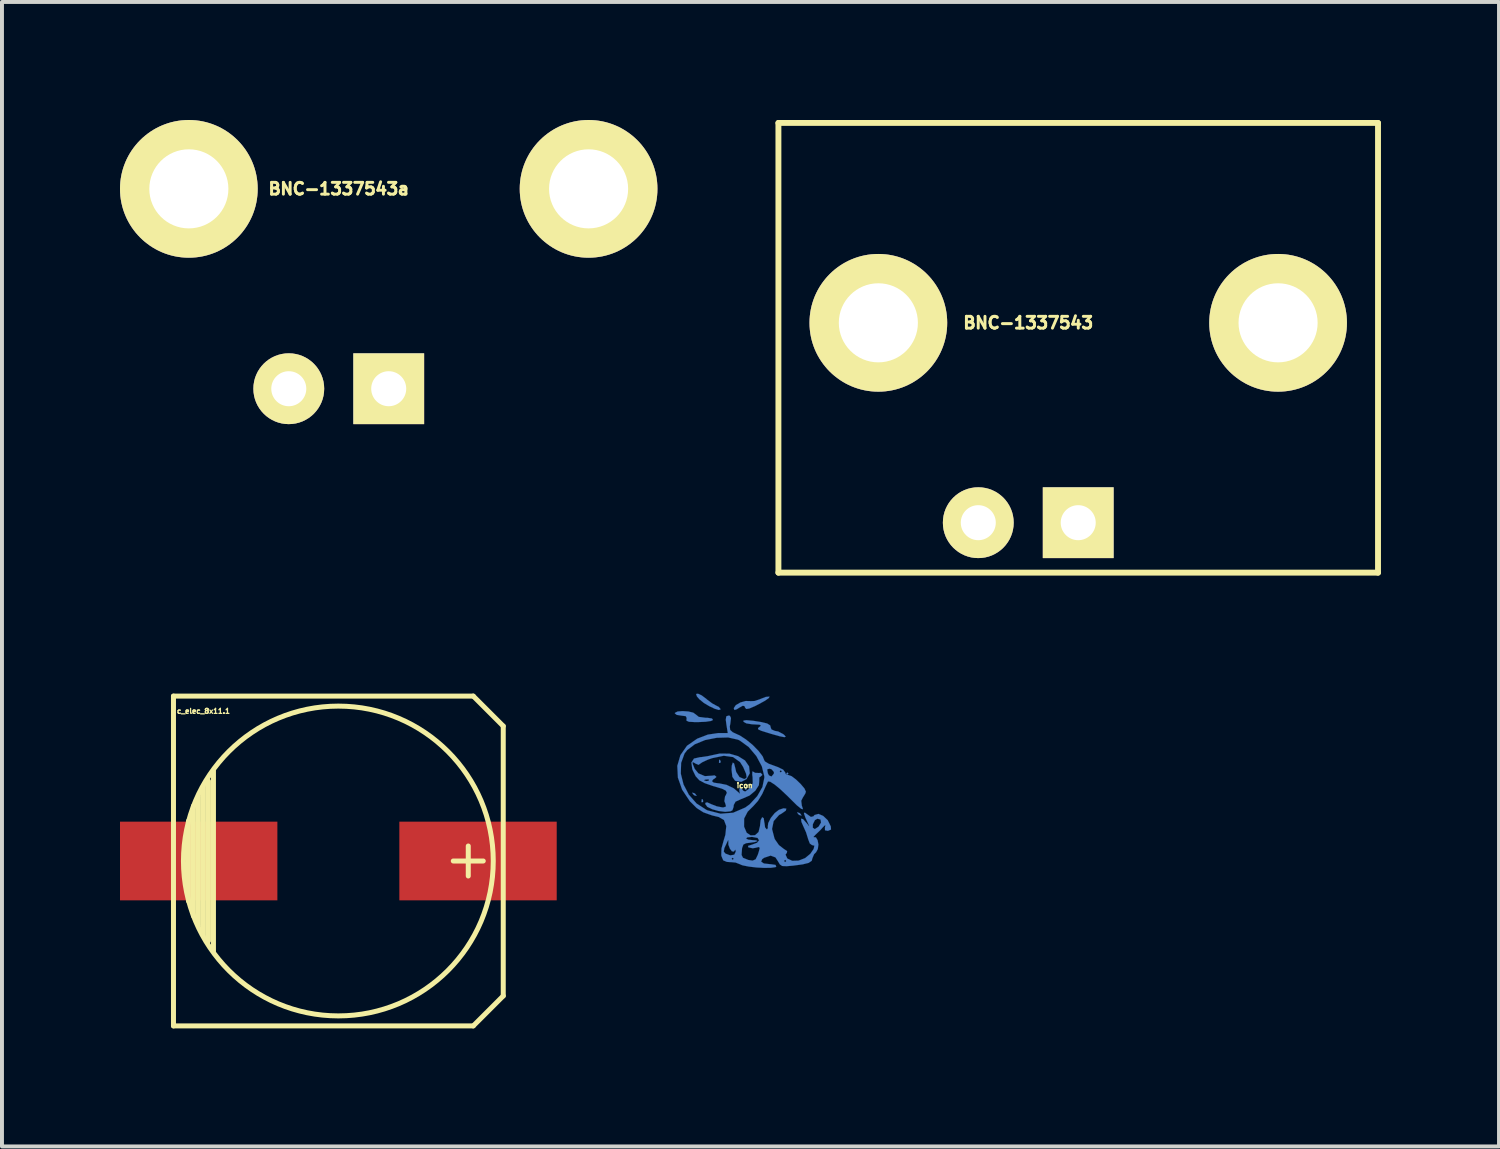
<source format=kicad_pcb>
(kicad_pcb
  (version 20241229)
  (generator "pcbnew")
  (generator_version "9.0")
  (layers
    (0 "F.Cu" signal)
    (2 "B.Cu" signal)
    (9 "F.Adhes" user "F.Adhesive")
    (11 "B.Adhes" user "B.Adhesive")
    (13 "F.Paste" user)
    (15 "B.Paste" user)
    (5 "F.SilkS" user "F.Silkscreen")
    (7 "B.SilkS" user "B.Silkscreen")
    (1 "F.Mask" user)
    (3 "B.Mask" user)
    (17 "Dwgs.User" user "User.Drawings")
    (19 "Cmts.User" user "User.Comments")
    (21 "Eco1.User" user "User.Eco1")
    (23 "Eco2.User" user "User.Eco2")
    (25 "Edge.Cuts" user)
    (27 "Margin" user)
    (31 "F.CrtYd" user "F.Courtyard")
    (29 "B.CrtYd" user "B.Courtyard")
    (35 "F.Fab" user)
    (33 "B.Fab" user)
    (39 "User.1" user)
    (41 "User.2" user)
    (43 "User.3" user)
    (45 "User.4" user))
  (footprint "BNC-1337543a"
    (layer "F.Cu")
    (at 6.83 1.75)
    (property "Reference" "BNC-1337543a" (at -1.27 0 0) (layer "F.SilkS") (effects (font (size 0.3 0.3) (thickness 0.075))))
    (attr through_hole)
    (pad "" thru_hole circle (at -5.08 0) (size 3.5 3.5) (drill 2.01) (layers "*.Cu" "*.Mask" "F.SilkS"))
    (pad "" thru_hole circle (at 5.08 0) (size 3.5 3.5) (drill 2.01) (layers "*.Cu" "*.Mask" "F.SilkS"))
    (pad "1" thru_hole rect (at 0 5.08) (size 1.8 1.8) (drill 0.89) (layers "*.Cu" "*.Mask" "F.SilkS"))
    (pad "2" thru_hole circle (at -2.54 5.08) (size 1.8 1.8) (drill 0.89) (layers "*.Cu" "*.Mask" "F.SilkS")))
  (footprint "BNC-1337543"
    (layer "F.Cu")
    (at 24.355 5.155)
    (property "Reference" "BNC-1337543" (at -1.27 0 0) (layer "F.SilkS") (effects (font (size 0.3 0.3) (thickness 0.075))))
    (attr through_hole)
    (fp_line (start -7.62 -5.08) (end -7.62 6.35) (stroke (width 0.15) (type solid)) (layer "F.SilkS"))
    (fp_line (start -7.62 6.35) (end 7.62 6.35) (stroke (width 0.15) (type solid)) (layer "F.SilkS"))
    (fp_line (start 7.62 -5.08) (end -7.62 -5.08) (stroke (width 0.15) (type solid)) (layer "F.SilkS"))
    (fp_line (start 7.62 6.35) (end 7.62 -5.08) (stroke (width 0.15) (type solid)) (layer "F.SilkS"))
    (pad "" thru_hole circle (at -5.08 0) (size 3.5 3.5) (drill 2.01) (layers "*.Cu" "*.Mask" "F.SilkS"))
    (pad "" thru_hole circle (at 5.08 0) (size 3.5 3.5) (drill 2.01) (layers "*.Cu" "*.Mask" "F.SilkS"))
    (pad "1" thru_hole rect (at 0 5.08) (size 1.8 1.8) (drill 0.89) (layers "*.Cu" "*.Mask" "F.SilkS"))
    (pad "2" thru_hole circle (at -2.54 5.08) (size 1.8 1.8) (drill 0.89) (layers "*.Cu" "*.Mask" "F.SilkS")))
  (footprint "icon"
    (layer "F.Cu")
    (at 15.877 16.916)
    (property "Reference" "icon" (at 0 0 0) (layer "F.SilkS") (effects (font (size 0.127 0.127) (thickness 0.032))))
    (attr through_hole)
    (fp_poly (pts (xy 0 0.084) (xy 0.028 0.112) (xy 0.056 0.084) (xy 0.028 0.056) (xy 0 0.084)) (stroke (width 0.003) (type solid)) (fill yes) (layer "B.Cu"))
    (fp_poly (pts (xy 1.057 -0.305) (xy 1.085 -0.279) (xy 1.113 -0.305) (xy 1.085 -0.333) (xy 1.057 -0.305)) (stroke (width 0.003) (type solid)) (fill yes) (layer "B.Cu"))
    (fp_poly (pts (xy -1.097 0.419) (xy -1.092 0.424) (xy -1.059 0.419) (xy -1.054 0.389) (xy -1.074 0.343) (xy -1.092 0.351) (xy -1.097 0.419)) (stroke (width 0.003) (type solid)) (fill yes) (layer "B.Cu"))
    (fp_poly (pts (xy -0.653 -0.582) (xy -0.648 -0.574) (xy -0.615 -0.582) (xy -0.61 -0.612) (xy -0.63 -0.658) (xy -0.648 -0.648) (xy -0.653 -0.582)) (stroke (width 0.003) (type solid)) (fill yes) (layer "B.Cu"))
    (fp_poly (pts (xy -1.333 0.188) (xy -1.293 0.239) (xy -1.278 0.249) (xy -1.224 0.264) (xy -1.222 0.257) (xy -1.26 0.206) (xy -1.278 0.196) (xy -1.328 0.18) (xy -1.333 0.188)) (stroke (width 0.003) (type solid)) (fill yes) (layer "B.Cu"))
    (fp_poly (pts (xy 1.333 0.688) (xy 1.374 0.739) (xy 1.389 0.749) (xy 1.443 0.765) (xy 1.445 0.757) (xy 1.407 0.706) (xy 1.389 0.696) (xy 1.339 0.681) (xy 1.333 0.688)) (stroke (width 0.003) (type solid)) (fill yes) (layer "B.Cu"))
    (fp_poly (pts (xy -1.234 -2.327) (xy -1.214 -2.266) (xy -1.153 -2.195) (xy -1.039 -2.101) (xy -0.899 -2.017) (xy -0.759 -1.951) (xy -0.655 -1.92) (xy -0.61 -1.938) (xy -0.61 -1.941) (xy -0.658 -1.999) (xy -0.714 -2.027) (xy -0.826 -2.088) (xy -0.958 -2.187) (xy -0.968 -2.197) (xy -1.092 -2.291) (xy -1.186 -2.334) (xy -1.234 -2.327)) (stroke (width 0.003) (type solid)) (fill yes) (layer "B.Cu"))
    (fp_poly (pts (xy -1.775 -1.834) (xy -1.727 -1.796) (xy -1.613 -1.778) (xy -1.496 -1.763) (xy -1.473 -1.714) (xy -1.478 -1.694) (xy -1.478 -1.648) (xy -1.417 -1.621) (xy -1.273 -1.613) (xy -1.176 -1.613) (xy -0.991 -1.621) (xy -0.856 -1.641) (xy -0.805 -1.666) (xy -0.831 -1.704) (xy -0.947 -1.722) (xy -0.991 -1.722) (xy -1.166 -1.745) (xy -1.242 -1.806) (xy -1.306 -1.852) (xy -1.43 -1.882) (xy -1.577 -1.892) (xy -1.704 -1.882) (xy -1.773 -1.847) (xy -1.775 -1.834)) (stroke (width 0.003) (type solid)) (fill yes) (layer "B.Cu"))
    (fp_poly (pts (xy -0.277 -1.966) (xy -0.259 -1.92) (xy -0.196 -1.941) (xy -0.142 -1.976) (xy -0.046 -2.029) (xy -0.003 -2.017) (xy 0.01 -1.981) (xy 0.041 -1.946) (xy 0.119 -1.958) (xy 0.262 -2.019) (xy 0.361 -2.07) (xy 0.518 -2.156) (xy 0.615 -2.225) (xy 0.632 -2.261) (xy 0.63 -2.261) (xy 0.538 -2.253) (xy 0.406 -2.202) (xy 0.396 -2.197) (xy 0.257 -2.149) (xy 0.147 -2.144) (xy 0.142 -2.146) (xy 0.028 -2.149) (xy -0.109 -2.111) (xy -0.226 -2.042) (xy -0.277 -1.966)) (stroke (width 0.003) (type solid)) (fill yes) (layer "B.Cu"))
    (fp_poly (pts (xy -0.03 -1.621) (xy 0.043 -1.58) (xy 0.185 -1.557) (xy 0.239 -1.554) (xy 0.378 -1.547) (xy 0.414 -1.524) (xy 0.391 -1.501) (xy 0.34 -1.46) (xy 0.345 -1.427) (xy 0.422 -1.392) (xy 0.584 -1.341) (xy 0.676 -1.313) (xy 0.892 -1.252) (xy 1.011 -1.229) (xy 1.044 -1.242) (xy 1.003 -1.288) (xy 0.978 -1.308) (xy 0.851 -1.374) (xy 0.767 -1.389) (xy 0.683 -1.425) (xy 0.665 -1.466) (xy 0.648 -1.529) (xy 0.572 -1.577) (xy 0.424 -1.613) (xy 0.216 -1.646) (xy 0.046 -1.661) (xy -0.03 -1.651) (xy -0.03 -1.621)) (stroke (width 0.003) (type solid)) (fill yes) (layer "B.Cu"))
    (fp_poly (pts (xy -1.354 -0.584) (xy -1.331 -0.419) (xy -1.316 -0.381) (xy -1.245 -0.236) (xy -1.153 -0.135) (xy -1.034 -0.071) (xy -1.034 -0.13) (xy -1.011 -0.15) (xy -0.925 -0.157) (xy -0.904 -0.145) (xy -0.919 -0.119) (xy -0.978 -0.114) (xy -1.034 -0.13) (xy -1.034 -0.071) (xy -1.016 -0.061) (xy -0.803 0.013) (xy -0.765 0.023) (xy -0.574 0.081) (xy -0.478 0.13) (xy -0.452 0.185) (xy -0.488 0.262) (xy -0.498 0.274) (xy -0.516 0.396) (xy -0.493 0.455) (xy -0.472 0.531) (xy -0.536 0.556) (xy -0.566 0.556) (xy -0.711 0.528) (xy -0.846 0.475) (xy -0.953 0.427) (xy -0.996 0.439) (xy -1.001 0.47) (xy -0.95 0.541) (xy -0.826 0.602) (xy -0.66 0.648) (xy -0.495 0.668) (xy -0.361 0.655) (xy -0.312 0.63) (xy -0.282 0.546) (xy -0.277 0.493) (xy -0.231 0.409) (xy -0.086 0.343) (xy -0.058 0.333) (xy 0.124 0.254) (xy 0.272 0.13) (xy 0.361 -0.01) (xy 0.371 -0.124) (xy 0.371 -0.206) (xy 0.396 -0.221) (xy 0.445 -0.264) (xy 0.445 -0.284) (xy 0.404 -0.323) (xy 0.368 -0.318) (xy 0.264 -0.323) (xy 0.231 -0.345) (xy 0.196 -0.358) (xy 0.193 -0.274) (xy 0.201 -0.216) (xy 0.206 -0.061) (xy 0.145 0.048) (xy 0.109 0.084) (xy 0.013 0.152) (xy -0.036 0.132) (xy -0.041 0.124) (xy -0.091 0.058) (xy -0.135 0.079) (xy -0.132 0.152) (xy -0.119 0.211) (xy -0.152 0.178) (xy -0.279 0.069) (xy -0.462 -0.018) (xy -0.653 -0.056) (xy -0.671 -0.056) (xy -0.787 -0.074) (xy -0.833 -0.112) (xy -0.79 -0.165) (xy -0.777 -0.168) (xy -0.724 -0.211) (xy -0.721 -0.226) (xy -0.765 -0.259) (xy -0.828 -0.251) (xy -1.011 -0.239) (xy -1.176 -0.31) (xy -1.27 -0.424) (xy -1.323 -0.556) (xy -1.321 -0.599) (xy -1.257 -0.564) (xy -1.252 -0.559) (xy -1.171 -0.526) (xy -1.14 -0.549) (xy -1.074 -0.594) (xy -0.935 -0.658) (xy -0.826 -0.696) (xy -0.531 -0.757) (xy -0.295 -0.724) (xy -0.117 -0.597) (xy -0.038 -0.472) (xy 0.036 -0.3) (xy 0.051 -0.206) (xy 0.008 -0.168) (xy -0.02 -0.168) (xy -0.132 -0.216) (xy -0.216 -0.345) (xy -0.236 -0.434) (xy -0.269 -0.561) (xy -0.302 -0.584) (xy -0.328 -0.503) (xy -0.333 -0.399) (xy -0.312 -0.221) (xy -0.249 -0.13) (xy -0.236 -0.119) (xy -0.086 -0.094) (xy 0.046 -0.163) (xy 0.124 -0.3) (xy 0.13 -0.315) (xy 0.112 -0.488) (xy 0.008 -0.638) (xy -0.168 -0.747) (xy -0.386 -0.81) (xy -0.632 -0.813) (xy -0.754 -0.787) (xy -0.937 -0.747) (xy -1.092 -0.724) (xy -1.133 -0.721) (xy -1.288 -0.686) (xy -1.354 -0.584)) (stroke (width 0.003) (type solid)) (fill yes) (layer "B.Cu"))
    (fp_poly (pts (xy -1.712 -0.5) (xy -1.697 -0.201) (xy -1.623 0.008) (xy -1.623 -0.302) (xy -1.615 -0.574) (xy -1.529 -0.813) (xy -1.46 -0.902) (xy -1.267 -1.049) (xy -1.006 -1.156) (xy -0.711 -1.214) (xy -0.419 -1.222) (xy -0.17 -1.166) (xy -0.122 -1.143) (xy 0.104 -0.978) (xy 0.297 -0.749) (xy 0.437 -0.488) (xy 0.5 -0.234) (xy 0.5 -0.196) (xy 0.452 0.036) (xy 0.32 0.269) (xy 0.127 0.478) (xy 0.015 0.559) (xy -0.292 0.691) (xy -0.612 0.716) (xy -0.942 0.632) (xy -0.975 0.617) (xy -1.224 0.455) (xy -1.42 0.231) (xy -1.554 -0.028) (xy -1.623 -0.302) (xy -1.623 0.008) (xy -1.59 0.104) (xy -1.389 0.404) (xy -1.377 0.414) (xy -1.219 0.572) (xy -1.049 0.681) (xy -0.828 0.759) (xy -0.658 0.8) (xy -0.526 0.876) (xy -0.467 1.031) (xy -0.49 1.252) (xy -0.531 1.389) (xy -0.589 1.6) (xy -0.594 1.773) (xy -0.589 1.796) (xy -0.544 1.902) (xy -0.531 1.908) (xy -0.531 1.679) (xy -0.516 1.59) (xy -0.472 1.496) (xy -0.427 1.4) (xy -0.409 1.389) (xy -0.414 1.407) (xy -0.414 1.504) (xy -0.376 1.603) (xy -0.325 1.671) (xy -0.274 1.679) (xy -0.259 1.656) (xy -0.236 1.628) (xy -0.226 1.679) (xy -0.264 1.758) (xy -0.366 1.775) (xy -0.488 1.73) (xy -0.531 1.679) (xy -0.531 1.908) (xy -0.45 1.941) (xy -0.371 1.946) (xy -0.333 1.948) (xy -0.333 1.862) (xy -0.305 1.834) (xy -0.277 1.862) (xy -0.305 1.887) (xy -0.333 1.862) (xy -0.333 1.948) (xy -0.229 1.958) (xy -0.137 1.994) (xy -0.135 1.994) (xy -0.079 2.019) (xy -0.079 1.763) (xy -0.066 1.59) (xy -0.033 1.501) (xy 0.036 1.466) (xy 0.124 1.455) (xy 0.262 1.435) (xy 0.325 1.412) (xy 0.297 1.394) (xy 0.208 1.389) (xy 0.089 1.374) (xy 0.036 1.346) (xy 0.066 1.318) (xy 0.175 1.306) (xy 0.193 1.306) (xy 0.328 1.331) (xy 0.366 1.392) (xy 0.315 1.455) (xy 0.191 1.501) (xy 0.086 1.534) (xy 0.094 1.572) (xy 0.099 1.572) (xy 0.206 1.595) (xy 0.279 1.582) (xy 0.358 1.562) (xy 0.384 1.585) (xy 0.361 1.676) (xy 0.333 1.763) (xy 0.279 1.875) (xy 0.203 1.908) (xy 0.094 1.892) (xy -0.043 1.836) (xy -0.079 1.763) (xy -0.079 2.019) (xy -0.051 2.029) (xy 0.107 2.06) (xy 0.302 2.083) (xy 0.5 2.093) (xy 0.671 2.09) (xy 0.782 2.075) (xy 0.803 2.062) (xy 0.785 2.017) (xy 0.66 1.999) (xy 0.648 1.999) (xy 0.49 1.981) (xy 0.419 1.935) (xy 0.445 1.872) (xy 0.495 1.836) (xy 0.66 1.781) (xy 0.782 1.826) (xy 0.846 1.923) (xy 0.894 2.004) (xy 0.953 2.045) (xy 1.001 2.047) (xy 1.001 1.918) (xy 1.029 1.887) (xy 1.057 1.918) (xy 1.029 1.946) (xy 1.001 1.918) (xy 1.001 2.047) (xy 1.062 2.05) (xy 1.224 2.037) (xy 1.471 2.004) (xy 1.626 1.966) (xy 1.704 1.913) (xy 1.722 1.847) (xy 1.765 1.745) (xy 1.814 1.697) (xy 1.859 1.615) (xy 1.875 1.501) (xy 1.854 1.389) (xy 1.811 1.316) (xy 1.76 1.313) (xy 1.748 1.308) (xy 1.803 1.247) (xy 1.806 1.245) (xy 1.923 1.133) (xy 1.994 1.054) (xy 2.05 1.001) (xy 2.047 1.039) (xy 2.04 1.064) (xy 2.042 1.138) (xy 2.116 1.151) (xy 2.195 1.118) (xy 2.189 1.039) (xy 2.111 0.881) (xy 1.996 0.772) (xy 1.877 0.721) (xy 1.775 0.749) (xy 1.748 0.782) (xy 1.684 0.798) (xy 1.608 0.744) (xy 1.527 0.686) (xy 1.506 0.706) (xy 1.544 0.815) (xy 1.585 0.904) (xy 1.636 1.016) (xy 1.638 1.036) (xy 1.59 0.973) (xy 1.577 0.958) (xy 1.483 0.853) (xy 1.433 0.843) (xy 1.443 0.925) (xy 1.481 1.013) (xy 1.56 1.189) (xy 1.613 1.359) (xy 1.613 1.361) (xy 1.656 1.473) (xy 1.712 1.514) (xy 1.714 1.514) (xy 1.732 1.519) (xy 1.732 1.072) (xy 1.732 0.986) (xy 1.786 0.879) (xy 1.849 0.843) (xy 1.928 0.864) (xy 1.941 0.94) (xy 1.882 1.039) (xy 1.88 1.044) (xy 1.783 1.107) (xy 1.732 1.072) (xy 1.732 1.519) (xy 1.773 1.529) (xy 1.753 1.613) (xy 1.669 1.735) (xy 1.537 1.844) (xy 1.372 1.908) (xy 1.209 1.913) (xy 1.092 1.859) (xy 1.079 1.844) (xy 1.039 1.755) (xy 1.072 1.712) (xy 1.079 1.666) (xy 0.991 1.608) (xy 0.871 1.514) (xy 0.77 1.369) (xy 0.757 1.341) (xy 0.696 1.105) (xy 0.737 0.904) (xy 0.874 0.749) (xy 0.937 0.714) (xy 1.046 0.638) (xy 1.059 0.587) (xy 0.986 0.579) (xy 0.871 0.617) (xy 0.765 0.699) (xy 0.665 0.823) (xy 0.599 0.953) (xy 0.587 1.054) (xy 0.592 1.067) (xy 0.577 1.107) (xy 0.559 1.113) (xy 0.518 1.062) (xy 0.503 0.945) (xy 0.5 0.942) (xy 0.485 0.831) (xy 0.447 0.805) (xy 0.445 0.805) (xy 0.406 0.879) (xy 0.391 1.013) (xy 0.391 1.026) (xy 0.353 1.181) (xy 0.264 1.262) (xy 0.152 1.267) (xy 0.051 1.199) (xy -0.013 1.049) (xy -0.015 1.039) (xy -0.013 0.838) (xy 0.076 0.665) (xy 0.221 0.521) (xy 0.338 0.391) (xy 0.447 0.213) (xy 0.472 0.157) (xy 0.538 0.01) (xy 0.572 -0.061) (xy 0.572 -0.411) (xy 0.63 -0.429) (xy 0.683 -0.414) (xy 0.744 -0.345) (xy 0.742 -0.302) (xy 0.681 -0.229) (xy 0.617 -0.259) (xy 0.589 -0.312) (xy 0.572 -0.411) (xy 0.572 -0.061) (xy 0.584 -0.086) (xy 0.594 -0.104) (xy 0.65 -0.097) (xy 0.765 -0.023) (xy 0.889 0.079) (xy 0.889 -0.361) (xy 0.917 -0.389) (xy 0.945 -0.361) (xy 0.917 -0.333) (xy 0.889 -0.361) (xy 0.889 0.079) (xy 0.917 0.104) (xy 1.087 0.264) (xy 1.161 0.338) (xy 1.328 0.503) (xy 1.438 0.592) (xy 1.483 0.602) (xy 1.46 0.531) (xy 1.453 0.513) (xy 1.438 0.386) (xy 1.478 0.307) (xy 1.539 0.208) (xy 1.557 0.157) (xy 1.519 0.074) (xy 1.422 -0.041) (xy 1.303 -0.155) (xy 1.191 -0.239) (xy 1.12 -0.264) (xy 1.044 -0.292) (xy 1.031 -0.333) (xy 0.978 -0.404) (xy 0.836 -0.472) (xy 0.765 -0.498) (xy 0.612 -0.554) (xy 0.516 -0.612) (xy 0.5 -0.638) (xy 0.457 -0.742) (xy 0.351 -0.881) (xy 0.201 -1.034) (xy 0.033 -1.171) (xy -0.124 -1.273) (xy -0.152 -1.285) (xy -0.302 -1.354) (xy -0.368 -1.412) (xy -0.378 -1.499) (xy -0.363 -1.585) (xy -0.348 -1.717) (xy -0.376 -1.773) (xy -0.414 -1.778) (xy -0.467 -1.758) (xy -0.48 -1.674) (xy -0.465 -1.557) (xy -0.429 -1.333) (xy -0.676 -1.333) (xy -0.935 -1.295) (xy -1.206 -1.191) (xy -1.466 -1.011) (xy -1.633 -0.772) (xy -1.712 -0.5)) (stroke (width 0.003) (type solid)) (fill yes) (layer "B.Cu")))
  (footprint "c_elec_8x11.1"
    (layer "F.Cu")
    (at 5.55 18.834)
    (property "Reference" "c_elec_8x11.1" (at -3.429 -3.81 0) (layer "F.SilkS") (effects (font (size 0.127 0.127) (thickness 0.032))))
    (attr through_hole)
    (fp_line (start -4.191 -4.191) (end -4.191 4.191) (stroke (width 0.127) (type solid)) (layer "F.SilkS"))
    (fp_line (start -4.191 4.191) (end 3.429 4.191) (stroke (width 0.127) (type solid)) (layer "F.SilkS"))
    (fp_line (start -3.81 -1.016) (end -3.81 1.016) (stroke (width 0.127) (type solid)) (layer "F.SilkS"))
    (fp_line (start -3.683 1.397) (end -3.683 -1.397) (stroke (width 0.127) (type solid)) (layer "F.SilkS"))
    (fp_line (start -3.556 -1.651) (end -3.556 1.651) (stroke (width 0.127) (type solid)) (layer "F.SilkS"))
    (fp_line (start -3.429 1.905) (end -3.429 -1.905) (stroke (width 0.127) (type solid)) (layer "F.SilkS"))
    (fp_line (start -3.302 2.032) (end -3.302 -2.032) (stroke (width 0.127) (type solid)) (layer "F.SilkS"))
    (fp_line (start -3.175 -2.286) (end -3.175 2.286) (stroke (width 0.127) (type solid)) (layer "F.SilkS"))
    (fp_line (start 3.302 -0.381) (end 3.302 0.381) (stroke (width 0.127) (type solid)) (layer "F.SilkS"))
    (fp_line (start 3.429 -4.191) (end -4.191 -4.191) (stroke (width 0.127) (type solid)) (layer "F.SilkS"))
    (fp_line (start 3.429 4.191) (end 4.191 3.429) (stroke (width 0.127) (type solid)) (layer "F.SilkS"))
    (fp_line (start 3.683 0) (end 2.921 0) (stroke (width 0.127) (type solid)) (layer "F.SilkS"))
    (fp_line (start 4.191 -3.429) (end 3.429 -4.191) (stroke (width 0.127) (type solid)) (layer "F.SilkS"))
    (fp_line (start 4.191 3.429) (end 4.191 -3.429) (stroke (width 0.127) (type solid)) (layer "F.SilkS"))
    (fp_circle (center 0 0) (end 3.937 0) (stroke (width 0.127) (type solid)) (fill no) (layer "F.SilkS"))
    (pad "1" smd rect (at 3.55 0) (size 4 2) (layers "F.Cu" "F.Mask" "F.Paste"))
    (pad "2" smd rect (at -3.55 0) (size 4 2) (layers "F.Cu" "F.Mask" "F.Paste")))
  (gr_rect
    (start -3 -3)
    (end 35.05 26.089)
    (stroke (width 0.1) (type default))
    (fill no)
    (layer "Edge.Cuts")))
</source>
